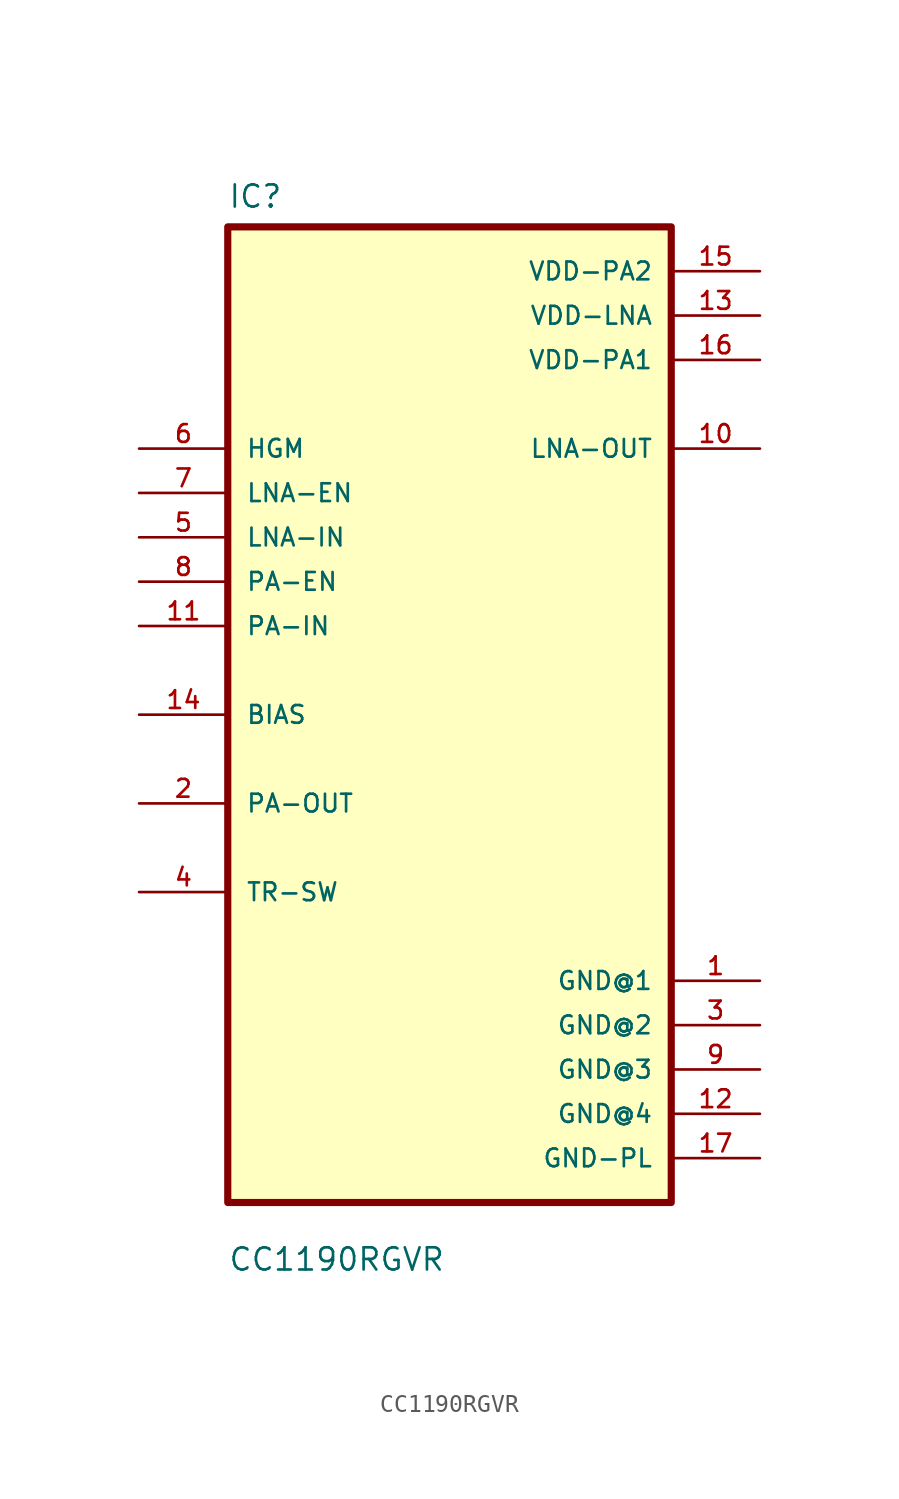
<source format=kicad_sym>
(kicad_symbol_lib
  (version 20231120)
  (generator "kicad_symbol_editor")
  (generator_version "8.0")
  (symbol "CC1190RGVR"
    (pin_names
      (offset 1.016))
    (property "Reference" "IC"
      (at -12.7 28.94 0)
      (effects (font (size 1.27 1.27)) (justify left bottom)))
    (property "Value" "CC1190RGVR"
      (at -12.7 -31.94 0)
      (effects (font (size 1.27 1.27)) (justify left bottom)))
    (symbol "CC1190RGVR_0_0"
      (rectangle (start -12.7 -27.94) (end 12.7 27.94) (stroke (width 0.41) (type default)) (fill (type background)))
      (pin power_in line (at 17.78 -15.24 180) (length 5.08) (name "GND@1" (effects (font (size 1.016 1.016)))) (number "1" (effects (font (size 1.016 1.016)))))
      (pin output line (at 17.78 15.24 180) (length 5.08) (name "LNA-OUT" (effects (font (size 1.016 1.016)))) (number "10" (effects (font (size 1.016 1.016)))))
      (pin input line (at -17.78 5.08 0) (length 5.08) (name "PA-IN" (effects (font (size 1.016 1.016)))) (number "11" (effects (font (size 1.016 1.016)))))
      (pin power_in line (at 17.78 -22.86 180) (length 5.08) (name "GND@4" (effects (font (size 1.016 1.016)))) (number "12" (effects (font (size 1.016 1.016)))))
      (pin power_in line (at 17.78 22.86 180) (length 5.08) (name "VDD-LNA" (effects (font (size 1.016 1.016)))) (number "13" (effects (font (size 1.016 1.016)))))
      (pin bidirectional line (at -17.78 0 0) (length 5.08) (name "BIAS" (effects (font (size 1.016 1.016)))) (number "14" (effects (font (size 1.016 1.016)))))
      (pin power_in line (at 17.78 25.4 180) (length 5.08) (name "VDD-PA2" (effects (font (size 1.016 1.016)))) (number "15" (effects (font (size 1.016 1.016)))))
      (pin power_in line (at 17.78 20.32 180) (length 5.08) (name "VDD-PA1" (effects (font (size 1.016 1.016)))) (number "16" (effects (font (size 1.016 1.016)))))
      (pin power_in line (at 17.78 -25.4 180) (length 5.08) (name "GND-PL" (effects (font (size 1.016 1.016)))) (number "17" (effects (font (size 1.016 1.016)))))
      (pin bidirectional line (at -17.78 -5.08 0) (length 5.08) (name "PA-OUT" (effects (font (size 1.016 1.016)))) (number "2" (effects (font (size 1.016 1.016)))))
      (pin power_in line (at 17.78 -17.78 180) (length 5.08) (name "GND@2" (effects (font (size 1.016 1.016)))) (number "3" (effects (font (size 1.016 1.016)))))
      (pin bidirectional line (at -17.78 -10.16 0) (length 5.08) (name "TR-SW" (effects (font (size 1.016 1.016)))) (number "4" (effects (font (size 1.016 1.016)))))
      (pin input line (at -17.78 10.16 0) (length 5.08) (name "LNA-IN" (effects (font (size 1.016 1.016)))) (number "5" (effects (font (size 1.016 1.016)))))
      (pin input line (at -17.78 15.24 0) (length 5.08) (name "HGM" (effects (font (size 1.016 1.016)))) (number "6" (effects (font (size 1.016 1.016)))))
      (pin input line (at -17.78 12.7 0) (length 5.08) (name "LNA-EN" (effects (font (size 1.016 1.016)))) (number "7" (effects (font (size 1.016 1.016)))))
      (pin input line (at -17.78 7.62 0) (length 5.08) (name "PA-EN" (effects (font (size 1.016 1.016)))) (number "8" (effects (font (size 1.016 1.016)))))
      (pin power_in line (at 17.78 -20.32 180) (length 5.08) (name "GND@3" (effects (font (size 1.016 1.016)))) (number "9" (effects (font (size 1.016 1.016))))))))
</source>
